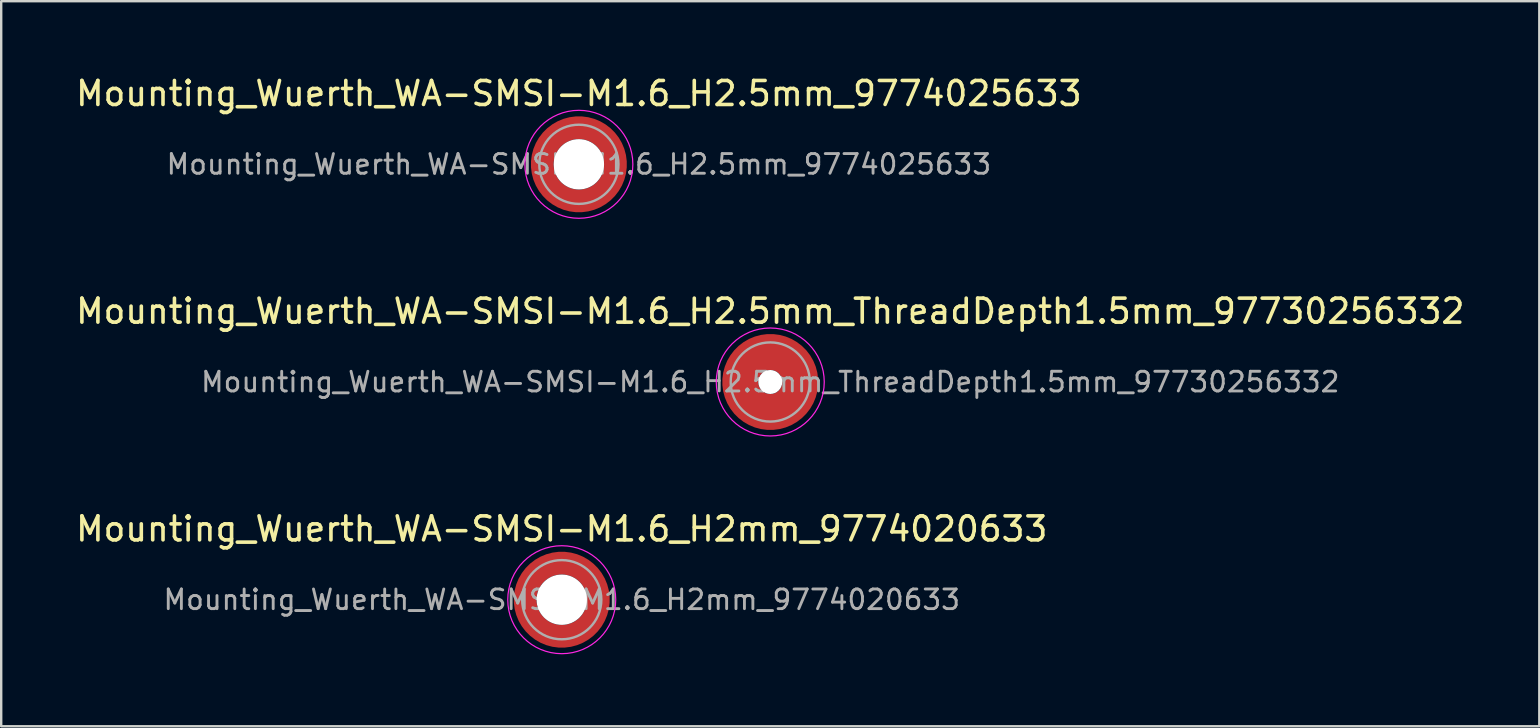
<source format=kicad_pcb>
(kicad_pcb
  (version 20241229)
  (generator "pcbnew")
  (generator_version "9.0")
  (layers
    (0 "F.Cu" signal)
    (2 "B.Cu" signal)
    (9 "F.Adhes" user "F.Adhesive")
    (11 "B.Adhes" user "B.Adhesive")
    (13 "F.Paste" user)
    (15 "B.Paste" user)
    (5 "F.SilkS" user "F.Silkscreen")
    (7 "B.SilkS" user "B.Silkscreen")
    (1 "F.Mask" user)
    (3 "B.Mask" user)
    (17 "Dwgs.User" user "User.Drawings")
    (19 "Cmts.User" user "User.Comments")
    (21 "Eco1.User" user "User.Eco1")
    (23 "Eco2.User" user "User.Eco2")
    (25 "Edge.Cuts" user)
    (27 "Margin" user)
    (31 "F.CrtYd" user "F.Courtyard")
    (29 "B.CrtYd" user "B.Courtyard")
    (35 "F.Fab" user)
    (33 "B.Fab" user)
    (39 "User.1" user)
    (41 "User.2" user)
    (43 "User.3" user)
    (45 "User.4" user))
  (footprint "Mounting_Wuerth_WA-SMSI-M1.6_H2mm_9774020633"
    (layer "F.Cu")
    (at 20.363 21.945)
    (property "Reference" "Mounting_Wuerth_WA-SMSI-M1.6_H2mm_9774020633" (at 0 -2.95 0) (layer "F.SilkS") (effects (font (size 1 1) (thickness 0.15))))
    (property "Mouser Part no." "" (at 0 0 0) (layer "F.Fab") (effects (font (size 1.27 1.27) (thickness 0.15))))
    (property "Mouser link" "" (at 0 0 0) (layer "F.Fab") (effects (font (size 1.27 1.27) (thickness 0.15))))
    (attr smd)
    (fp_circle (center 0 0) (end 2.25 0) (stroke (width 0.05) (type solid)) (fill no) (layer "F.CrtYd"))
    (fp_circle (center 0 0) (end 1.65 0) (stroke (width 0.1) (type solid)) (fill no) (layer "F.Fab"))
    (fp_text user "${REFERENCE}" (at 0 0 0) (layer "F.Fab") (effects (font (size 0.82 0.82) (thickness 0.12))))
    (pad "" smd custom (at -1.061 -1.061) (size 0.4 0.4) (layers "F.Paste") (options (anchor circle)) (primitives (gr_arc (start -0.101235 0.76066) (mid 0.211799 0.212465) (end 0.759748 -0.100999) (width 0.2)) (gr_arc (start -0.204251 0.76066) (mid 0.141299 0.141544) (end 0.760323 -0.204171) (width 0.2)) (gr_arc (start -0.306819 0.76066) (mid 0.070255 0.071167) (end 0.759401 -0.306542) (width 0.2)) (gr_arc (start -0.409034 0.76066) (mid -0.000242 0.000241) (end 0.759991 -0.408897) (width 0.2)) (gr_arc (start -0.510963 0.76066) (mid -0.071561 -0.06986) (end 0.758297 -0.51051) (width 0.2)) (gr_arc (start -0.61266 0.76066) (mid -0.142171 -0.140671) (end 0.758572 -0.612284) (width 0.2)) (gr_arc (start -0.714164 0.76066) (mid -0.212264 -0.212) (end 0.760292 -0.714102) (width 0.2)) (gr_line (start 0.761 -0.101) (end 0.761 -0.714) (width 0.2)) (gr_line (start -0.101 0.761) (end -0.714 0.761) (width 0.2))))
    (pad "" smd custom (at -1.061 1.061) (size 0.4 0.4) (layers "F.Paste") (options (anchor circle)) (primitives (gr_arc (start 0.76066 0.101235) (mid 0.212465 -0.211799) (end -0.100999 -0.759748) (width 0.2)) (gr_arc (start 0.76066 0.204251) (mid 0.141544 -0.141299) (end -0.204171 -0.760323) (width 0.2)) (gr_arc (start 0.76066 0.306819) (mid 0.071167 -0.070255) (end -0.306542 -0.759401) (width 0.2)) (gr_arc (start 0.76066 0.409034) (mid 0.000241 0.000242) (end -0.408897 -0.759991) (width 0.2)) (gr_arc (start 0.76066 0.510963) (mid -0.06986 0.071561) (end -0.51051 -0.758297) (width 0.2)) (gr_arc (start 0.76066 0.61266) (mid -0.140671 0.142171) (end -0.612284 -0.758572) (width 0.2)) (gr_arc (start 0.76066 0.714164) (mid -0.212 0.212264) (end -0.714102 -0.760292) (width 0.2)) (gr_line (start -0.101 -0.761) (end -0.714 -0.761) (width 0.2)) (gr_line (start 0.761 0.101) (end 0.761 0.714) (width 0.2))))
    (pad "" np_thru_hole circle (at 0 0) (size 2.1 2.1) (drill 2.1) (layers "*.Cu" "*.Mask"))
    (pad "" smd custom (at 1.061 -1.061) (size 0.4 0.4) (layers "F.Paste") (options (anchor circle)) (primitives (gr_arc (start -0.76066 -0.101235) (mid -0.212465 0.211799) (end 0.100999 0.759748) (width 0.2)) (gr_arc (start -0.76066 -0.204251) (mid -0.141544 0.141299) (end 0.204171 0.760323) (width 0.2)) (gr_arc (start -0.76066 -0.306819) (mid -0.071167 0.070255) (end 0.306542 0.759401) (width 0.2)) (gr_arc (start -0.76066 -0.409034) (mid -0.000241 -0.000242) (end 0.408897 0.759991) (width 0.2)) (gr_arc (start -0.76066 -0.510963) (mid 0.06986 -0.071561) (end 0.51051 0.758297) (width 0.2)) (gr_arc (start -0.76066 -0.61266) (mid 0.140671 -0.142171) (end 0.612284 0.758572) (width 0.2)) (gr_arc (start -0.76066 -0.714164) (mid 0.212 -0.212264) (end 0.714102 0.760292) (width 0.2)) (gr_line (start 0.101 0.761) (end 0.714 0.761) (width 0.2)) (gr_line (start -0.761 -0.101) (end -0.761 -0.714) (width 0.2))))
    (pad "" smd custom (at 1.061 1.061) (size 0.4 0.4) (layers "F.Paste") (options (anchor circle)) (primitives (gr_arc (start 0.101235 -0.76066) (mid -0.211799 -0.212465) (end -0.759748 0.100999) (width 0.2)) (gr_arc (start 0.204251 -0.76066) (mid -0.141299 -0.141544) (end -0.760323 0.204171) (width 0.2)) (gr_arc (start 0.306819 -0.76066) (mid -0.070255 -0.071167) (end -0.759401 0.306542) (width 0.2)) (gr_arc (start 0.409034 -0.76066) (mid 0.000242 -0.000241) (end -0.759991 0.408897) (width 0.2)) (gr_arc (start 0.510963 -0.76066) (mid 0.071561 0.06986) (end -0.758297 0.51051) (width 0.2)) (gr_arc (start 0.61266 -0.76066) (mid 0.142171 0.140671) (end -0.758572 0.612284) (width 0.2)) (gr_arc (start 0.714164 -0.76066) (mid 0.212264 0.212) (end -0.760292 0.714102) (width 0.2)) (gr_line (start -0.761 0.101) (end -0.761 0.714) (width 0.2)) (gr_line (start 0.101 -0.761) (end 0.714 -0.761) (width 0.2))))
    (pad "1" smd circle (at -1.525 0) (size 0.55 0.55) (layers "F.Cu"))
    (pad "1" smd circle (at 0 -1.525) (size 0.55 0.55) (layers "F.Cu"))
    (pad "1" smd circle (at 0 1.525) (size 0.55 0.55) (layers "F.Cu"))
    (pad "1" smd custom (at 1.525 0) (size 0.55 0.55) (layers "F.Cu" "F.Mask") (options (anchor circle)) (primitives (gr_circle (center -1.525 0) (end 0 0) (width 0.95) (fill no)))))
  (footprint "Mounting_Wuerth_WA-SMSI-M1.6_H2.5mm_9774025633"
    (layer "F.Cu")
    (at 21.077 3.798)
    (property "Reference" "Mounting_Wuerth_WA-SMSI-M1.6_H2.5mm_9774025633" (at 0 -2.95 0) (layer "F.SilkS") (effects (font (size 1 1) (thickness 0.15))))
    (property "Mouser Part no." "" (at 0 0 0) (layer "F.Fab") (effects (font (size 1.27 1.27) (thickness 0.15))))
    (property "Mouser link" "" (at 0 0 0) (layer "F.Fab") (effects (font (size 1.27 1.27) (thickness 0.15))))
    (attr smd)
    (fp_circle (center 0 0) (end 2.25 0) (stroke (width 0.05) (type solid)) (fill no) (layer "F.CrtYd"))
    (fp_circle (center 0 0) (end 1.65 0) (stroke (width 0.1) (type solid)) (fill no) (layer "F.Fab"))
    (fp_text user "${REFERENCE}" (at 0 0 0) (layer "F.Fab") (effects (font (size 0.82 0.82) (thickness 0.12))))
    (pad "" smd custom (at -1.061 -1.061) (size 0.4 0.4) (layers "F.Paste") (options (anchor circle)) (primitives (gr_arc (start -0.101235 0.76066) (mid 0.211799 0.212465) (end 0.759748 -0.100999) (width 0.2)) (gr_arc (start -0.204251 0.76066) (mid 0.141299 0.141544) (end 0.760323 -0.204171) (width 0.2)) (gr_arc (start -0.306819 0.76066) (mid 0.070255 0.071167) (end 0.759401 -0.306542) (width 0.2)) (gr_arc (start -0.409034 0.76066) (mid -0.000242 0.000241) (end 0.759991 -0.408897) (width 0.2)) (gr_arc (start -0.510963 0.76066) (mid -0.071561 -0.06986) (end 0.758297 -0.51051) (width 0.2)) (gr_arc (start -0.61266 0.76066) (mid -0.142171 -0.140671) (end 0.758572 -0.612284) (width 0.2)) (gr_arc (start -0.714164 0.76066) (mid -0.212264 -0.212) (end 0.760292 -0.714102) (width 0.2)) (gr_line (start 0.761 -0.101) (end 0.761 -0.714) (width 0.2)) (gr_line (start -0.101 0.761) (end -0.714 0.761) (width 0.2))))
    (pad "" smd custom (at -1.061 1.061) (size 0.4 0.4) (layers "F.Paste") (options (anchor circle)) (primitives (gr_arc (start 0.76066 0.101235) (mid 0.212465 -0.211799) (end -0.100999 -0.759748) (width 0.2)) (gr_arc (start 0.76066 0.204251) (mid 0.141544 -0.141299) (end -0.204171 -0.760323) (width 0.2)) (gr_arc (start 0.76066 0.306819) (mid 0.071167 -0.070255) (end -0.306542 -0.759401) (width 0.2)) (gr_arc (start 0.76066 0.409034) (mid 0.000241 0.000242) (end -0.408897 -0.759991) (width 0.2)) (gr_arc (start 0.76066 0.510963) (mid -0.06986 0.071561) (end -0.51051 -0.758297) (width 0.2)) (gr_arc (start 0.76066 0.61266) (mid -0.140671 0.142171) (end -0.612284 -0.758572) (width 0.2)) (gr_arc (start 0.76066 0.714164) (mid -0.212 0.212264) (end -0.714102 -0.760292) (width 0.2)) (gr_line (start -0.101 -0.761) (end -0.714 -0.761) (width 0.2)) (gr_line (start 0.761 0.101) (end 0.761 0.714) (width 0.2))))
    (pad "" np_thru_hole circle (at 0 0) (size 2.1 2.1) (drill 2.1) (layers "*.Cu" "*.Mask"))
    (pad "" smd custom (at 1.061 -1.061) (size 0.4 0.4) (layers "F.Paste") (options (anchor circle)) (primitives (gr_arc (start -0.76066 -0.101235) (mid -0.212465 0.211799) (end 0.100999 0.759748) (width 0.2)) (gr_arc (start -0.76066 -0.204251) (mid -0.141544 0.141299) (end 0.204171 0.760323) (width 0.2)) (gr_arc (start -0.76066 -0.306819) (mid -0.071167 0.070255) (end 0.306542 0.759401) (width 0.2)) (gr_arc (start -0.76066 -0.409034) (mid -0.000241 -0.000242) (end 0.408897 0.759991) (width 0.2)) (gr_arc (start -0.76066 -0.510963) (mid 0.06986 -0.071561) (end 0.51051 0.758297) (width 0.2)) (gr_arc (start -0.76066 -0.61266) (mid 0.140671 -0.142171) (end 0.612284 0.758572) (width 0.2)) (gr_arc (start -0.76066 -0.714164) (mid 0.212 -0.212264) (end 0.714102 0.760292) (width 0.2)) (gr_line (start 0.101 0.761) (end 0.714 0.761) (width 0.2)) (gr_line (start -0.761 -0.101) (end -0.761 -0.714) (width 0.2))))
    (pad "" smd custom (at 1.061 1.061) (size 0.4 0.4) (layers "F.Paste") (options (anchor circle)) (primitives (gr_arc (start 0.101235 -0.76066) (mid -0.211799 -0.212465) (end -0.759748 0.100999) (width 0.2)) (gr_arc (start 0.204251 -0.76066) (mid -0.141299 -0.141544) (end -0.760323 0.204171) (width 0.2)) (gr_arc (start 0.306819 -0.76066) (mid -0.070255 -0.071167) (end -0.759401 0.306542) (width 0.2)) (gr_arc (start 0.409034 -0.76066) (mid 0.000242 -0.000241) (end -0.759991 0.408897) (width 0.2)) (gr_arc (start 0.510963 -0.76066) (mid 0.071561 0.06986) (end -0.758297 0.51051) (width 0.2)) (gr_arc (start 0.61266 -0.76066) (mid 0.142171 0.140671) (end -0.758572 0.612284) (width 0.2)) (gr_arc (start 0.714164 -0.76066) (mid 0.212264 0.212) (end -0.760292 0.714102) (width 0.2)) (gr_line (start -0.761 0.101) (end -0.761 0.714) (width 0.2)) (gr_line (start 0.101 -0.761) (end 0.714 -0.761) (width 0.2))))
    (pad "1" smd circle (at -1.525 0) (size 0.55 0.55) (layers "F.Cu"))
    (pad "1" smd circle (at 0 -1.525) (size 0.55 0.55) (layers "F.Cu"))
    (pad "1" smd circle (at 0 1.525) (size 0.55 0.55) (layers "F.Cu"))
    (pad "1" smd custom (at 1.525 0) (size 0.55 0.55) (layers "F.Cu" "F.Mask") (options (anchor circle)) (primitives (gr_circle (center -1.525 0) (end 0 0) (width 0.95) (fill no)))))
  (footprint "Mounting_Wuerth_WA-SMSI-M1.6_H2.5mm_ThreadDepth1.5mm_97730256332"
    (layer "F.Cu")
    (at 29.054 12.871)
    (property "Reference" "Mounting_Wuerth_WA-SMSI-M1.6_H2.5mm_ThreadDepth1.5mm_97730256332" (at 0 -2.95 0) (layer "F.SilkS") (effects (font (size 1 1) (thickness 0.15))))
    (property "Mouser Part no." "" (at 0 0 0) (layer "F.Fab") (effects (font (size 1.27 1.27) (thickness 0.15))))
    (property "Mouser link" "" (at 0 0 0) (layer "F.Fab") (effects (font (size 1.27 1.27) (thickness 0.15))))
    (attr smd)
    (fp_circle (center 0 0) (end 2.25 0) (stroke (width 0.05) (type solid)) (fill no) (layer "F.CrtYd"))
    (fp_circle (center 0 0) (end 1.65 0) (stroke (width 0.1) (type solid)) (fill no) (layer "F.Fab"))
    (fp_text user "${REFERENCE}" (at 0 0 0) (layer "F.Fab") (effects (font (size 0.82 0.82) (thickness 0.12))))
    (pad "" smd custom (at 0 -1.25) (size 0.9 0.9) (layers "F.Paste") (options (anchor circle)) (primitives (gr_arc (start -0.259808 0.6) (mid -0.00045 0.55) (end 0.258972 0.599667) (width 0.2)) (gr_arc (start -0.466369 0.6) (mid -0.000127 0.45) (end 0.466163 0.599852) (width 0.2)) (gr_arc (start -0.622495 0.6) (mid -0.000185 0.35) (end 0.622228 0.599745) (width 0.2)) (gr_arc (start -0.759934 0.6) (mid -0.000146 0.25) (end 0.759744 0.599777) (width 0.2)) (gr_arc (start -0.887412 0.6) (mid -0.000546 0.15) (end 0.886766 0.599119) (width 0.2)) (gr_arc (start -1.008712 0.6) (mid -0.000059 0.05) (end 1.008648 0.5999) (width 0.2)) (gr_arc (start -1.125833 0.6) (mid -0.001134 -0.049999) (end 1.124697 0.598036) (width 0.2)) (gr_arc (start -1.23996 0.6) (mid -0.00088 -0.15) (end 1.239142 0.598442) (width 0.2)) (gr_arc (start -1.351851 0.6) (mid -0.000542 -0.25) (end 1.351381 0.599023) (width 0.2)) (gr_arc (start -1.462019 0.6) (mid -0.000852 -0.35) (end 1.461326 0.598443) (width 0.2)) (gr_arc (start -1.570828 0.6) (mid -0.000608 -0.45) (end 1.570363 0.598876) (width 0.2)) (gr_arc (start -1.678541 0.6) (mid -0.000991 -0.55) (end 1.677824 0.598152) (width 0.2)) (gr_line (start 0.26 0.6) (end 1.679 0.6) (width 0.2)) (gr_line (start -0.26 0.6) (end -1.679 0.6) (width 0.2))))
    (pad "" np_thru_hole circle (at 0 0) (size 1 1) (drill 1) (layers "*.Cu" "*.Mask"))
    (pad "" smd custom (at 0 1.25) (size 0.9 0.9) (layers "F.Paste") (options (anchor circle)) (primitives (gr_arc (start 0.259808 -0.6) (mid 0.00045 -0.55) (end -0.258972 -0.599667) (width 0.2)) (gr_arc (start 0.466369 -0.6) (mid 0.000127 -0.45) (end -0.466163 -0.599852) (width 0.2)) (gr_arc (start 0.622495 -0.6) (mid 0.000185 -0.35) (end -0.622228 -0.599745) (width 0.2)) (gr_arc (start 0.759934 -0.6) (mid 0.000146 -0.25) (end -0.759744 -0.599777) (width 0.2)) (gr_arc (start 0.887412 -0.6) (mid 0.000546 -0.15) (end -0.886766 -0.599119) (width 0.2)) (gr_arc (start 1.008712 -0.6) (mid 0.000059 -0.05) (end -1.008648 -0.5999) (width 0.2)) (gr_arc (start 1.125833 -0.6) (mid 0.001134 0.049999) (end -1.124697 -0.598036) (width 0.2)) (gr_arc (start 1.23996 -0.6) (mid 0.00088 0.15) (end -1.239142 -0.598442) (width 0.2)) (gr_arc (start 1.351851 -0.6) (mid 0.000542 0.25) (end -1.351381 -0.599023) (width 0.2)) (gr_arc (start 1.462019 -0.6) (mid 0.000852 0.35) (end -1.461326 -0.598443) (width 0.2)) (gr_arc (start 1.570828 -0.6) (mid 0.000608 0.45) (end -1.570363 -0.598876) (width 0.2)) (gr_arc (start 1.678541 -0.6) (mid 0.000991 0.55) (end -1.677824 -0.598152) (width 0.2)) (gr_line (start -0.26 -0.6) (end -1.679 -0.6) (width 0.2)) (gr_line (start 0.26 -0.6) (end 1.679 -0.6) (width 0.2))))
    (pad "1" smd circle (at -1.25 0) (size 1.1 1.1) (layers "F.Cu"))
    (pad "1" smd circle (at 0 -1.25) (size 1.1 1.1) (layers "F.Cu"))
    (pad "1" smd circle (at 0 1.25) (size 1.1 1.1) (layers "F.Cu"))
    (pad "1" smd custom (at 1.25 0) (size 1.1 1.1) (layers "F.Cu" "F.Mask") (options (anchor circle)) (primitives (gr_circle (center -1.25 0) (end 0 0) (width 1.5) (fill no)))))
  (gr_rect
    (start -3 -3)
    (end 61.107 27.22)
    (stroke (width 0.1) (type default))
    (fill no)
    (layer "Edge.Cuts")))
</source>
